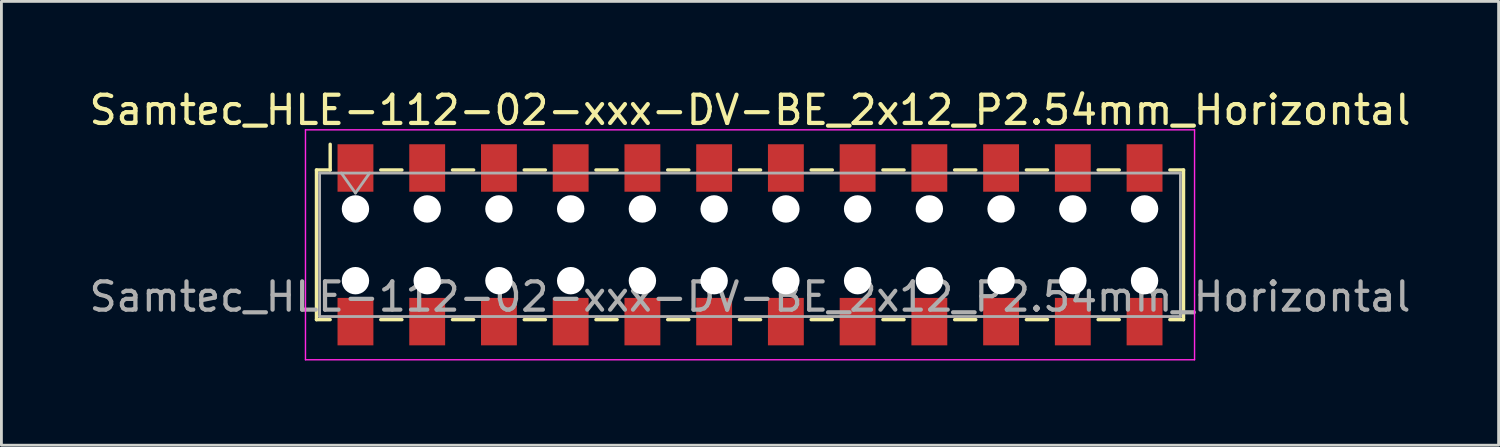
<source format=kicad_pcb>
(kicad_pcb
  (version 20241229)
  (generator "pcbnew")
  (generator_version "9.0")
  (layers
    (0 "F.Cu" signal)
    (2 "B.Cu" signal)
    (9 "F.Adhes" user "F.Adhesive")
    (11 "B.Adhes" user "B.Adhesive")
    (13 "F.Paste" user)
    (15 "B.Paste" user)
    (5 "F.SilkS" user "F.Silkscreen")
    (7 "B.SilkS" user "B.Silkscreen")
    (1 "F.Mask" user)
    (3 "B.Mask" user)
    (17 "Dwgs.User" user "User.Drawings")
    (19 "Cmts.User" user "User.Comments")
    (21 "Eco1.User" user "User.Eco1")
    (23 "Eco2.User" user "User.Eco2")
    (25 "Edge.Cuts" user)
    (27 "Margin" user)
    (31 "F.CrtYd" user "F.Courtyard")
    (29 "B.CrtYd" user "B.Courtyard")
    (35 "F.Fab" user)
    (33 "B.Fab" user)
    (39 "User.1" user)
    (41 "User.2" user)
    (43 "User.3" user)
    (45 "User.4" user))
  (footprint "Samtec_HLE-112-02-xxx-DV-BE_2x12_P2.54mm_Horizontal"
    (layer "F.Cu")
    (at 23.506 5.618)
    (property "Reference" "Samtec_HLE-112-02-xxx-DV-BE_2x12_P2.54mm_Horizontal" (at 0 -4.77 0) (layer "F.SilkS") (effects (font (size 1 1) (thickness 0.15))))
    (attr smd)
    (fp_line (start -15.35 -2.65) (end -15.35 2.65) (stroke (width 0.12) (type solid)) (layer "F.SilkS"))
    (fp_line (start -15.35 2.65) (end -14.865 2.65) (stroke (width 0.12) (type solid)) (layer "F.SilkS"))
    (fp_line (start -14.865 -3.56) (end -14.865 -2.65) (stroke (width 0.12) (type solid)) (layer "F.SilkS"))
    (fp_line (start -14.865 -2.65) (end -15.35 -2.65) (stroke (width 0.12) (type solid)) (layer "F.SilkS"))
    (fp_line (start -13.075 -2.65) (end -12.325 -2.65) (stroke (width 0.12) (type solid)) (layer "F.SilkS"))
    (fp_line (start -13.075 2.65) (end -12.325 2.65) (stroke (width 0.12) (type solid)) (layer "F.SilkS"))
    (fp_line (start -10.535 -2.65) (end -9.785 -2.65) (stroke (width 0.12) (type solid)) (layer "F.SilkS"))
    (fp_line (start -10.535 2.65) (end -9.785 2.65) (stroke (width 0.12) (type solid)) (layer "F.SilkS"))
    (fp_line (start -7.995 -2.65) (end -7.245 -2.65) (stroke (width 0.12) (type solid)) (layer "F.SilkS"))
    (fp_line (start -7.995 2.65) (end -7.245 2.65) (stroke (width 0.12) (type solid)) (layer "F.SilkS"))
    (fp_line (start -5.455 -2.65) (end -4.705 -2.65) (stroke (width 0.12) (type solid)) (layer "F.SilkS"))
    (fp_line (start -5.455 2.65) (end -4.705 2.65) (stroke (width 0.12) (type solid)) (layer "F.SilkS"))
    (fp_line (start -2.915 -2.65) (end -2.165 -2.65) (stroke (width 0.12) (type solid)) (layer "F.SilkS"))
    (fp_line (start -2.915 2.65) (end -2.165 2.65) (stroke (width 0.12) (type solid)) (layer "F.SilkS"))
    (fp_line (start -0.375 -2.65) (end 0.375 -2.65) (stroke (width 0.12) (type solid)) (layer "F.SilkS"))
    (fp_line (start -0.375 2.65) (end 0.375 2.65) (stroke (width 0.12) (type solid)) (layer "F.SilkS"))
    (fp_line (start 2.165 -2.65) (end 2.915 -2.65) (stroke (width 0.12) (type solid)) (layer "F.SilkS"))
    (fp_line (start 2.165 2.65) (end 2.915 2.65) (stroke (width 0.12) (type solid)) (layer "F.SilkS"))
    (fp_line (start 4.705 -2.65) (end 5.455 -2.65) (stroke (width 0.12) (type solid)) (layer "F.SilkS"))
    (fp_line (start 4.705 2.65) (end 5.455 2.65) (stroke (width 0.12) (type solid)) (layer "F.SilkS"))
    (fp_line (start 7.245 -2.65) (end 7.995 -2.65) (stroke (width 0.12) (type solid)) (layer "F.SilkS"))
    (fp_line (start 7.245 2.65) (end 7.995 2.65) (stroke (width 0.12) (type solid)) (layer "F.SilkS"))
    (fp_line (start 9.785 -2.65) (end 10.535 -2.65) (stroke (width 0.12) (type solid)) (layer "F.SilkS"))
    (fp_line (start 9.785 2.65) (end 10.535 2.65) (stroke (width 0.12) (type solid)) (layer "F.SilkS"))
    (fp_line (start 12.325 -2.65) (end 13.075 -2.65) (stroke (width 0.12) (type solid)) (layer "F.SilkS"))
    (fp_line (start 12.325 2.65) (end 13.075 2.65) (stroke (width 0.12) (type solid)) (layer "F.SilkS"))
    (fp_line (start 14.865 -2.65) (end 15.35 -2.65) (stroke (width 0.12) (type solid)) (layer "F.SilkS"))
    (fp_line (start 15.35 -2.65) (end 15.35 2.65) (stroke (width 0.12) (type solid)) (layer "F.SilkS"))
    (fp_line (start 15.35 2.65) (end 14.865 2.65) (stroke (width 0.12) (type solid)) (layer "F.SilkS"))
    (fp_line (start -15.74 -4.07) (end 15.74 -4.07) (stroke (width 0.05) (type solid)) (layer "F.CrtYd"))
    (fp_line (start -15.74 4.07) (end -15.74 -4.07) (stroke (width 0.05) (type solid)) (layer "F.CrtYd"))
    (fp_line (start 15.74 -4.07) (end 15.74 4.07) (stroke (width 0.05) (type solid)) (layer "F.CrtYd"))
    (fp_line (start 15.74 4.07) (end -15.74 4.07) (stroke (width 0.05) (type solid)) (layer "F.CrtYd"))
    (fp_line (start -15.24 -2.54) (end 15.24 -2.54) (stroke (width 0.1) (type solid)) (layer "F.Fab"))
    (fp_line (start -15.24 2.54) (end -15.24 -2.54) (stroke (width 0.1) (type solid)) (layer "F.Fab"))
    (fp_line (start -14.47 -2.54) (end -13.97 -1.833) (stroke (width 0.1) (type solid)) (layer "F.Fab"))
    (fp_line (start -13.97 -1.833) (end -13.47 -2.54) (stroke (width 0.1) (type solid)) (layer "F.Fab"))
    (fp_line (start 15.24 -2.54) (end 15.24 2.54) (stroke (width 0.1) (type solid)) (layer "F.Fab"))
    (fp_line (start 15.24 2.54) (end -15.24 2.54) (stroke (width 0.1) (type solid)) (layer "F.Fab"))
    (fp_text user "${REFERENCE}" (at 0 1.84 0) (layer "F.Fab") (effects (font (size 1 1) (thickness 0.15))))
    (pad "" np_thru_hole circle (at -13.97 -1.27) (size 0.97 0.97) (drill 0.97) (layers "*.Cu" "*.Mask"))
    (pad "" np_thru_hole circle (at -13.97 1.27) (size 0.97 0.97) (drill 0.97) (layers "*.Cu" "*.Mask"))
    (pad "" np_thru_hole circle (at -11.43 -1.27) (size 0.97 0.97) (drill 0.97) (layers "*.Cu" "*.Mask"))
    (pad "" np_thru_hole circle (at -11.43 1.27) (size 0.97 0.97) (drill 0.97) (layers "*.Cu" "*.Mask"))
    (pad "" np_thru_hole circle (at -8.89 -1.27) (size 0.97 0.97) (drill 0.97) (layers "*.Cu" "*.Mask"))
    (pad "" np_thru_hole circle (at -8.89 1.27) (size 0.97 0.97) (drill 0.97) (layers "*.Cu" "*.Mask"))
    (pad "" np_thru_hole circle (at -6.35 -1.27) (size 0.97 0.97) (drill 0.97) (layers "*.Cu" "*.Mask"))
    (pad "" np_thru_hole circle (at -6.35 1.27) (size 0.97 0.97) (drill 0.97) (layers "*.Cu" "*.Mask"))
    (pad "" np_thru_hole circle (at -3.81 -1.27) (size 0.97 0.97) (drill 0.97) (layers "*.Cu" "*.Mask"))
    (pad "" np_thru_hole circle (at -3.81 1.27) (size 0.97 0.97) (drill 0.97) (layers "*.Cu" "*.Mask"))
    (pad "" np_thru_hole circle (at -1.27 -1.27) (size 0.97 0.97) (drill 0.97) (layers "*.Cu" "*.Mask"))
    (pad "" np_thru_hole circle (at -1.27 1.27) (size 0.97 0.97) (drill 0.97) (layers "*.Cu" "*.Mask"))
    (pad "" np_thru_hole circle (at 1.27 -1.27) (size 0.97 0.97) (drill 0.97) (layers "*.Cu" "*.Mask"))
    (pad "" np_thru_hole circle (at 1.27 1.27) (size 0.97 0.97) (drill 0.97) (layers "*.Cu" "*.Mask"))
    (pad "" np_thru_hole circle (at 3.81 -1.27) (size 0.97 0.97) (drill 0.97) (layers "*.Cu" "*.Mask"))
    (pad "" np_thru_hole circle (at 3.81 1.27) (size 0.97 0.97) (drill 0.97) (layers "*.Cu" "*.Mask"))
    (pad "" np_thru_hole circle (at 6.35 -1.27) (size 0.97 0.97) (drill 0.97) (layers "*.Cu" "*.Mask"))
    (pad "" np_thru_hole circle (at 6.35 1.27) (size 0.97 0.97) (drill 0.97) (layers "*.Cu" "*.Mask"))
    (pad "" np_thru_hole circle (at 8.89 -1.27) (size 0.97 0.97) (drill 0.97) (layers "*.Cu" "*.Mask"))
    (pad "" np_thru_hole circle (at 8.89 1.27) (size 0.97 0.97) (drill 0.97) (layers "*.Cu" "*.Mask"))
    (pad "" np_thru_hole circle (at 11.43 -1.27) (size 0.97 0.97) (drill 0.97) (layers "*.Cu" "*.Mask"))
    (pad "" np_thru_hole circle (at 11.43 1.27) (size 0.97 0.97) (drill 0.97) (layers "*.Cu" "*.Mask"))
    (pad "" np_thru_hole circle (at 13.97 -1.27) (size 0.97 0.97) (drill 0.97) (layers "*.Cu" "*.Mask"))
    (pad "" np_thru_hole circle (at 13.97 1.27) (size 0.97 0.97) (drill 0.97) (layers "*.Cu" "*.Mask"))
    (pad "1" smd rect (at -13.97 -2.72) (size 1.27 1.68) (layers "F.Cu" "F.Mask" "F.Paste"))
    (pad "2" smd rect (at -13.97 2.72) (size 1.27 1.68) (layers "F.Cu" "F.Mask" "F.Paste"))
    (pad "3" smd rect (at -11.43 -2.72) (size 1.27 1.68) (layers "F.Cu" "F.Mask" "F.Paste"))
    (pad "4" smd rect (at -11.43 2.72) (size 1.27 1.68) (layers "F.Cu" "F.Mask" "F.Paste"))
    (pad "5" smd rect (at -8.89 -2.72) (size 1.27 1.68) (layers "F.Cu" "F.Mask" "F.Paste"))
    (pad "6" smd rect (at -8.89 2.72) (size 1.27 1.68) (layers "F.Cu" "F.Mask" "F.Paste"))
    (pad "7" smd rect (at -6.35 -2.72) (size 1.27 1.68) (layers "F.Cu" "F.Mask" "F.Paste"))
    (pad "8" smd rect (at -6.35 2.72) (size 1.27 1.68) (layers "F.Cu" "F.Mask" "F.Paste"))
    (pad "9" smd rect (at -3.81 -2.72) (size 1.27 1.68) (layers "F.Cu" "F.Mask" "F.Paste"))
    (pad "10" smd rect (at -3.81 2.72) (size 1.27 1.68) (layers "F.Cu" "F.Mask" "F.Paste"))
    (pad "11" smd rect (at -1.27 -2.72) (size 1.27 1.68) (layers "F.Cu" "F.Mask" "F.Paste"))
    (pad "12" smd rect (at -1.27 2.72) (size 1.27 1.68) (layers "F.Cu" "F.Mask" "F.Paste"))
    (pad "13" smd rect (at 1.27 -2.72) (size 1.27 1.68) (layers "F.Cu" "F.Mask" "F.Paste"))
    (pad "14" smd rect (at 1.27 2.72) (size 1.27 1.68) (layers "F.Cu" "F.Mask" "F.Paste"))
    (pad "15" smd rect (at 3.81 -2.72) (size 1.27 1.68) (layers "F.Cu" "F.Mask" "F.Paste"))
    (pad "16" smd rect (at 3.81 2.72) (size 1.27 1.68) (layers "F.Cu" "F.Mask" "F.Paste"))
    (pad "17" smd rect (at 6.35 -2.72) (size 1.27 1.68) (layers "F.Cu" "F.Mask" "F.Paste"))
    (pad "18" smd rect (at 6.35 2.72) (size 1.27 1.68) (layers "F.Cu" "F.Mask" "F.Paste"))
    (pad "19" smd rect (at 8.89 -2.72) (size 1.27 1.68) (layers "F.Cu" "F.Mask" "F.Paste"))
    (pad "20" smd rect (at 8.89 2.72) (size 1.27 1.68) (layers "F.Cu" "F.Mask" "F.Paste"))
    (pad "21" smd rect (at 11.43 -2.72) (size 1.27 1.68) (layers "F.Cu" "F.Mask" "F.Paste"))
    (pad "22" smd rect (at 11.43 2.72) (size 1.27 1.68) (layers "F.Cu" "F.Mask" "F.Paste"))
    (pad "23" smd rect (at 13.97 -2.72) (size 1.27 1.68) (layers "F.Cu" "F.Mask" "F.Paste"))
    (pad "24" smd rect (at 13.97 2.72) (size 1.27 1.68) (layers "F.Cu" "F.Mask" "F.Paste")))
  (gr_rect
    (start -3 -3)
    (end 50.012 12.713)
    (stroke (width 0.1) (type default))
    (fill no)
    (layer "Edge.Cuts")))
</source>
